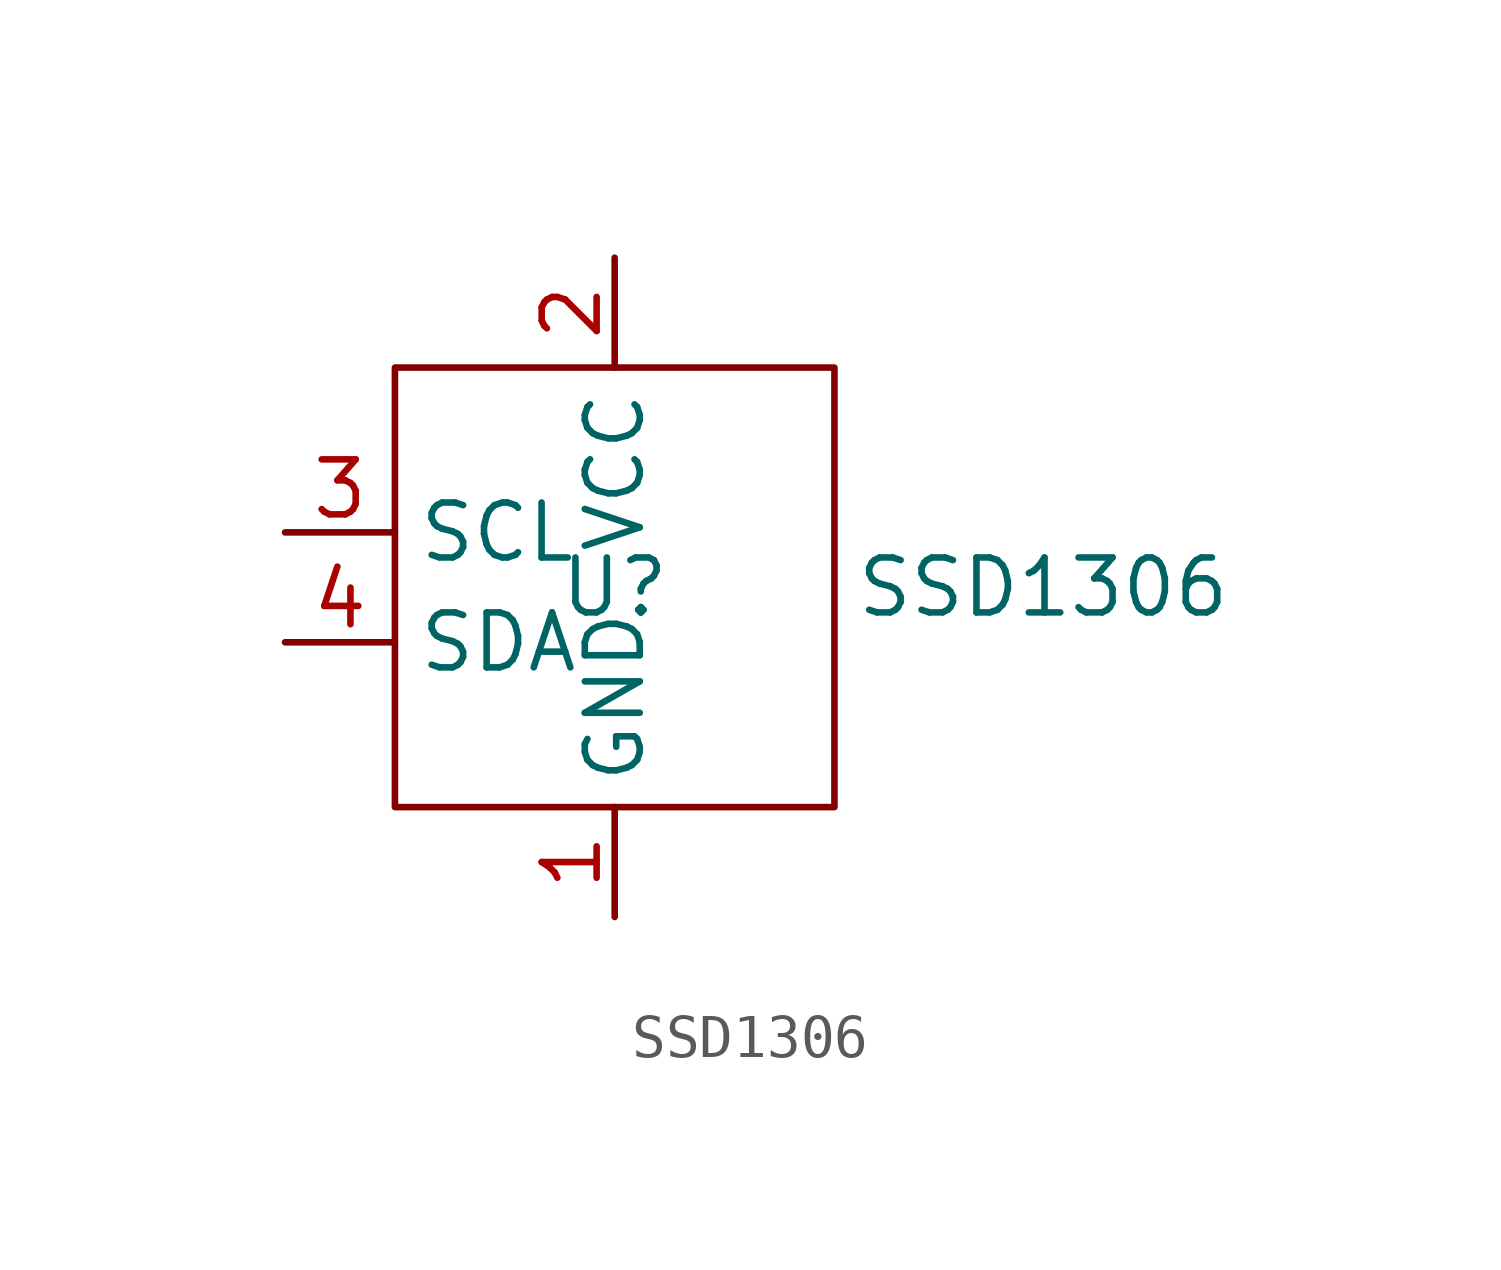
<source format=kicad_sym>
(kicad_symbol_lib
  (version 20241209)
  (generator "kicad_symbol_editor")
  (generator_version "9.0")
  (symbol "SSD1306"
    (property "Reference" "U"
      (at 0 0 0)
      (effects (font (size 1.27 1.27))))
    (property "Value" "SSD1306"
      (at 9.906 0 0)
      (effects (font (size 1.27 1.27))))
    (symbol "SSD1306_0_1"
      (rectangle (start -5.08 5.08) (end 5.08 -5.08) (stroke (width 0) (type default)) (fill (type none))))
    (symbol "SSD1306_1_1"
      (pin input line (at -7.62 1.27 0) (length 2.54) (name "SCL" (effects (font (size 1.27 1.27)))) (number "3" (effects (font (size 1.27 1.27)))))
      (pin bidirectional line (at -7.62 -1.27 0) (length 2.54) (name "SDA" (effects (font (size 1.27 1.27)))) (number "4" (effects (font (size 1.27 1.27)))))
      (pin power_in line (at 0 7.62 270) (length 2.54) (name "VCC" (effects (font (size 1.27 1.27)))) (number "2" (effects (font (size 1.27 1.27)))))
      (pin power_in line (at 0 -7.62 90) (length 2.54) (name "GND" (effects (font (size 1.27 1.27)))) (number "1" (effects (font (size 1.27 1.27))))))))
</source>
